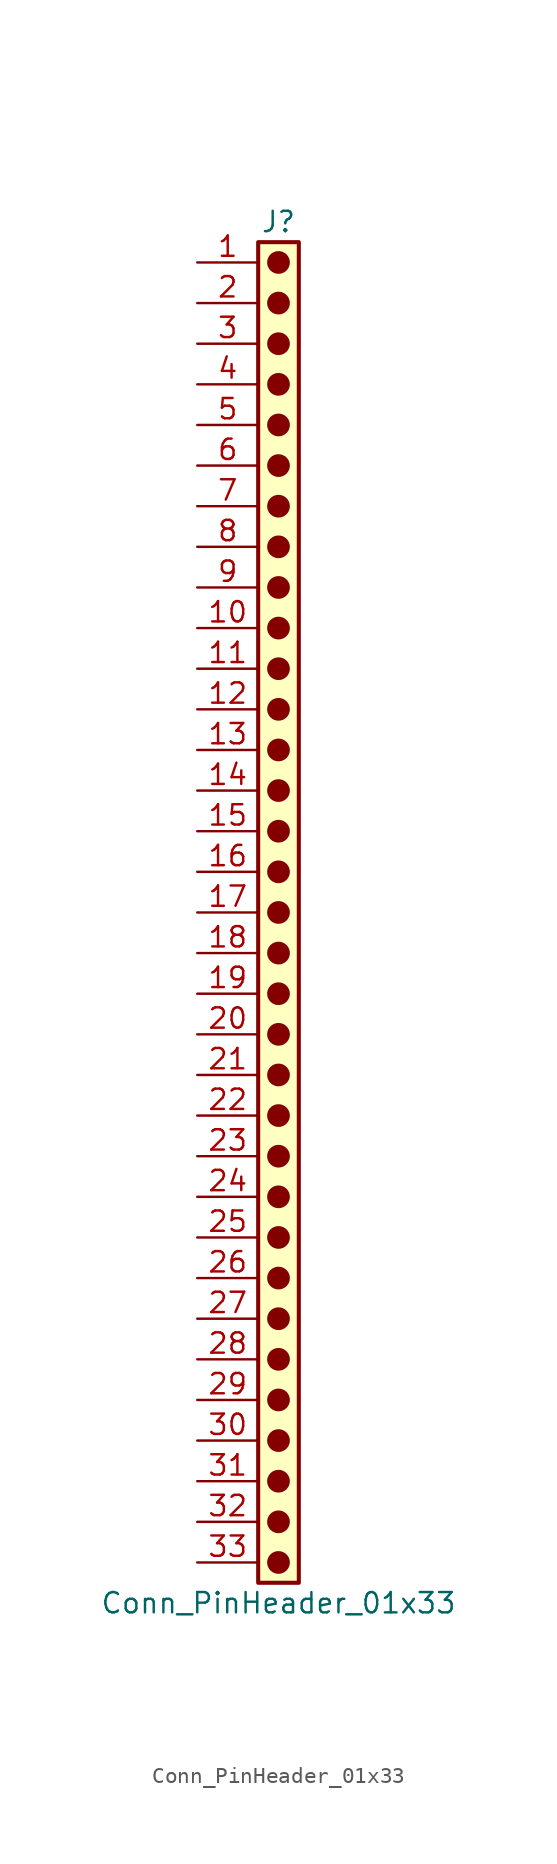
<source format=kicad_sym>
(kicad_symbol_lib
  (version 20241209)
  (generator "kicad_symbol_editor")
  (generator_version "9.0")
  (symbol "Conn_PinHeader_01x33"
    (pin_names
      (offset 1.016)
      (hide yes))
    (property "Reference" "J"
      (at 0 43.18 0)
      (effects (font (size 1.27 1.27))))
    (property "Value" "Conn_PinHeader_01x33"
      (at 0 -43.18 0)
      (effects (font (size 1.27 1.27))))
    (symbol "Conn_PinHeader_01x33_1_1"
      (rectangle (start -1.27 41.91) (end 1.27 -41.91) (stroke (width 0.254) (type default)) (fill (type background)))
      (circle (center 0 40.64) (radius 0.635) (stroke (width 0) (type solid) (color 132 0 0 1)) (fill (type outline)))
      (circle (center 0 38.1) (radius 0.635) (stroke (width 0) (type solid) (color 132 0 0 1)) (fill (type outline)))
      (circle (center 0 35.56) (radius 0.635) (stroke (width 0) (type solid) (color 132 0 0 1)) (fill (type outline)))
      (circle (center 0 33.02) (radius 0.635) (stroke (width 0) (type solid) (color 132 0 0 1)) (fill (type outline)))
      (circle (center 0 30.48) (radius 0.635) (stroke (width 0) (type solid) (color 132 0 0 1)) (fill (type outline)))
      (circle (center 0 27.94) (radius 0.635) (stroke (width 0) (type solid) (color 132 0 0 1)) (fill (type outline)))
      (circle (center 0 25.4) (radius 0.635) (stroke (width 0) (type solid) (color 132 0 0 1)) (fill (type outline)))
      (circle (center 0 22.86) (radius 0.635) (stroke (width 0) (type solid) (color 132 0 0 1)) (fill (type outline)))
      (circle (center 0 20.32) (radius 0.635) (stroke (width 0) (type solid) (color 132 0 0 1)) (fill (type outline)))
      (circle (center 0 17.78) (radius 0.635) (stroke (width 0) (type solid) (color 132 0 0 1)) (fill (type outline)))
      (circle (center 0 15.24) (radius 0.635) (stroke (width 0) (type solid) (color 132 0 0 1)) (fill (type outline)))
      (circle (center 0 12.7) (radius 0.635) (stroke (width 0) (type solid) (color 132 0 0 1)) (fill (type outline)))
      (circle (center 0 10.16) (radius 0.635) (stroke (width 0) (type solid) (color 132 0 0 1)) (fill (type outline)))
      (circle (center 0 7.62) (radius 0.635) (stroke (width 0) (type solid) (color 132 0 0 1)) (fill (type outline)))
      (circle (center 0 5.08) (radius 0.635) (stroke (width 0) (type solid) (color 132 0 0 1)) (fill (type outline)))
      (circle (center 0 2.54) (radius 0.635) (stroke (width 0) (type solid) (color 132 0 0 1)) (fill (type outline)))
      (circle (center 0 0) (radius 0.635) (stroke (width 0) (type solid) (color 132 0 0 1)) (fill (type outline)))
      (circle (center 0 -2.54) (radius 0.635) (stroke (width 0) (type solid) (color 132 0 0 1)) (fill (type outline)))
      (circle (center 0 -5.08) (radius 0.635) (stroke (width 0) (type solid) (color 132 0 0 1)) (fill (type outline)))
      (circle (center 0 -7.62) (radius 0.635) (stroke (width 0) (type solid) (color 132 0 0 1)) (fill (type outline)))
      (circle (center 0 -10.16) (radius 0.635) (stroke (width 0) (type solid) (color 132 0 0 1)) (fill (type outline)))
      (circle (center 0 -12.7) (radius 0.635) (stroke (width 0) (type solid) (color 132 0 0 1)) (fill (type outline)))
      (circle (center 0 -15.24) (radius 0.635) (stroke (width 0) (type solid) (color 132 0 0 1)) (fill (type outline)))
      (circle (center 0 -17.78) (radius 0.635) (stroke (width 0) (type solid) (color 132 0 0 1)) (fill (type outline)))
      (circle (center 0 -20.32) (radius 0.635) (stroke (width 0) (type solid) (color 132 0 0 1)) (fill (type outline)))
      (circle (center 0 -22.86) (radius 0.635) (stroke (width 0) (type solid) (color 132 0 0 1)) (fill (type outline)))
      (circle (center 0 -25.4) (radius 0.635) (stroke (width 0) (type solid) (color 132 0 0 1)) (fill (type outline)))
      (circle (center 0 -27.94) (radius 0.635) (stroke (width 0) (type solid) (color 132 0 0 1)) (fill (type outline)))
      (circle (center 0 -30.48) (radius 0.635) (stroke (width 0) (type solid) (color 132 0 0 1)) (fill (type outline)))
      (circle (center 0 -33.02) (radius 0.635) (stroke (width 0) (type solid) (color 132 0 0 1)) (fill (type outline)))
      (circle (center 0 -35.56) (radius 0.635) (stroke (width 0) (type solid) (color 132 0 0 1)) (fill (type outline)))
      (circle (center 0 -38.1) (radius 0.635) (stroke (width 0) (type solid) (color 132 0 0 1)) (fill (type outline)))
      (circle (center 0 -40.64) (radius 0.635) (stroke (width 0) (type solid) (color 132 0 0 1)) (fill (type outline)))
      (pin passive line (at -5.08 40.64 0) (length 3.81) (name "Pin_1" (effects (font (size 1.27 1.27)))) (number "1" (effects (font (size 1.27 1.27)))))
      (pin passive line (at -5.08 38.1 0) (length 3.81) (name "Pin_2" (effects (font (size 1.27 1.27)))) (number "2" (effects (font (size 1.27 1.27)))))
      (pin passive line (at -5.08 35.56 0) (length 3.81) (name "Pin_3" (effects (font (size 1.27 1.27)))) (number "3" (effects (font (size 1.27 1.27)))))
      (pin passive line (at -5.08 33.02 0) (length 3.81) (name "Pin_4" (effects (font (size 1.27 1.27)))) (number "4" (effects (font (size 1.27 1.27)))))
      (pin passive line (at -5.08 30.48 0) (length 3.81) (name "Pin_5" (effects (font (size 1.27 1.27)))) (number "5" (effects (font (size 1.27 1.27)))))
      (pin passive line (at -5.08 27.94 0) (length 3.81) (name "Pin_6" (effects (font (size 1.27 1.27)))) (number "6" (effects (font (size 1.27 1.27)))))
      (pin passive line (at -5.08 25.4 0) (length 3.81) (name "Pin_7" (effects (font (size 1.27 1.27)))) (number "7" (effects (font (size 1.27 1.27)))))
      (pin passive line (at -5.08 22.86 0) (length 3.81) (name "Pin_8" (effects (font (size 1.27 1.27)))) (number "8" (effects (font (size 1.27 1.27)))))
      (pin passive line (at -5.08 20.32 0) (length 3.81) (name "Pin_9" (effects (font (size 1.27 1.27)))) (number "9" (effects (font (size 1.27 1.27)))))
      (pin passive line (at -5.08 17.78 0) (length 3.81) (name "Pin_10" (effects (font (size 1.27 1.27)))) (number "10" (effects (font (size 1.27 1.27)))))
      (pin passive line (at -5.08 15.24 0) (length 3.81) (name "Pin_11" (effects (font (size 1.27 1.27)))) (number "11" (effects (font (size 1.27 1.27)))))
      (pin passive line (at -5.08 12.7 0) (length 3.81) (name "Pin_12" (effects (font (size 1.27 1.27)))) (number "12" (effects (font (size 1.27 1.27)))))
      (pin passive line (at -5.08 10.16 0) (length 3.81) (name "Pin_13" (effects (font (size 1.27 1.27)))) (number "13" (effects (font (size 1.27 1.27)))))
      (pin passive line (at -5.08 7.62 0) (length 3.81) (name "Pin_14" (effects (font (size 1.27 1.27)))) (number "14" (effects (font (size 1.27 1.27)))))
      (pin passive line (at -5.08 5.08 0) (length 3.81) (name "Pin_15" (effects (font (size 1.27 1.27)))) (number "15" (effects (font (size 1.27 1.27)))))
      (pin passive line (at -5.08 2.54 0) (length 3.81) (name "Pin_16" (effects (font (size 1.27 1.27)))) (number "16" (effects (font (size 1.27 1.27)))))
      (pin passive line (at -5.08 0 0) (length 3.81) (name "Pin_17" (effects (font (size 1.27 1.27)))) (number "17" (effects (font (size 1.27 1.27)))))
      (pin passive line (at -5.08 -2.54 0) (length 3.81) (name "Pin_18" (effects (font (size 1.27 1.27)))) (number "18" (effects (font (size 1.27 1.27)))))
      (pin passive line (at -5.08 -5.08 0) (length 3.81) (name "Pin_19" (effects (font (size 1.27 1.27)))) (number "19" (effects (font (size 1.27 1.27)))))
      (pin passive line (at -5.08 -7.62 0) (length 3.81) (name "Pin_20" (effects (font (size 1.27 1.27)))) (number "20" (effects (font (size 1.27 1.27)))))
      (pin passive line (at -5.08 -10.16 0) (length 3.81) (name "Pin_21" (effects (font (size 1.27 1.27)))) (number "21" (effects (font (size 1.27 1.27)))))
      (pin passive line (at -5.08 -12.7 0) (length 3.81) (name "Pin_22" (effects (font (size 1.27 1.27)))) (number "22" (effects (font (size 1.27 1.27)))))
      (pin passive line (at -5.08 -15.24 0) (length 3.81) (name "Pin_23" (effects (font (size 1.27 1.27)))) (number "23" (effects (font (size 1.27 1.27)))))
      (pin passive line (at -5.08 -17.78 0) (length 3.81) (name "Pin_24" (effects (font (size 1.27 1.27)))) (number "24" (effects (font (size 1.27 1.27)))))
      (pin passive line (at -5.08 -20.32 0) (length 3.81) (name "Pin_25" (effects (font (size 1.27 1.27)))) (number "25" (effects (font (size 1.27 1.27)))))
      (pin passive line (at -5.08 -22.86 0) (length 3.81) (name "Pin_26" (effects (font (size 1.27 1.27)))) (number "26" (effects (font (size 1.27 1.27)))))
      (pin passive line (at -5.08 -25.4 0) (length 3.81) (name "Pin_27" (effects (font (size 1.27 1.27)))) (number "27" (effects (font (size 1.27 1.27)))))
      (pin passive line (at -5.08 -27.94 0) (length 3.81) (name "Pin_28" (effects (font (size 1.27 1.27)))) (number "28" (effects (font (size 1.27 1.27)))))
      (pin passive line (at -5.08 -30.48 0) (length 3.81) (name "Pin_29" (effects (font (size 1.27 1.27)))) (number "29" (effects (font (size 1.27 1.27)))))
      (pin passive line (at -5.08 -33.02 0) (length 3.81) (name "Pin_30" (effects (font (size 1.27 1.27)))) (number "30" (effects (font (size 1.27 1.27)))))
      (pin passive line (at -5.08 -35.56 0) (length 3.81) (name "Pin_31" (effects (font (size 1.27 1.27)))) (number "31" (effects (font (size 1.27 1.27)))))
      (pin passive line (at -5.08 -38.1 0) (length 3.81) (name "Pin_32" (effects (font (size 1.27 1.27)))) (number "32" (effects (font (size 1.27 1.27)))))
      (pin passive line (at -5.08 -40.64 0) (length 3.81) (name "Pin_33" (effects (font (size 1.27 1.27)))) (number "33" (effects (font (size 1.27 1.27))))))))
</source>
